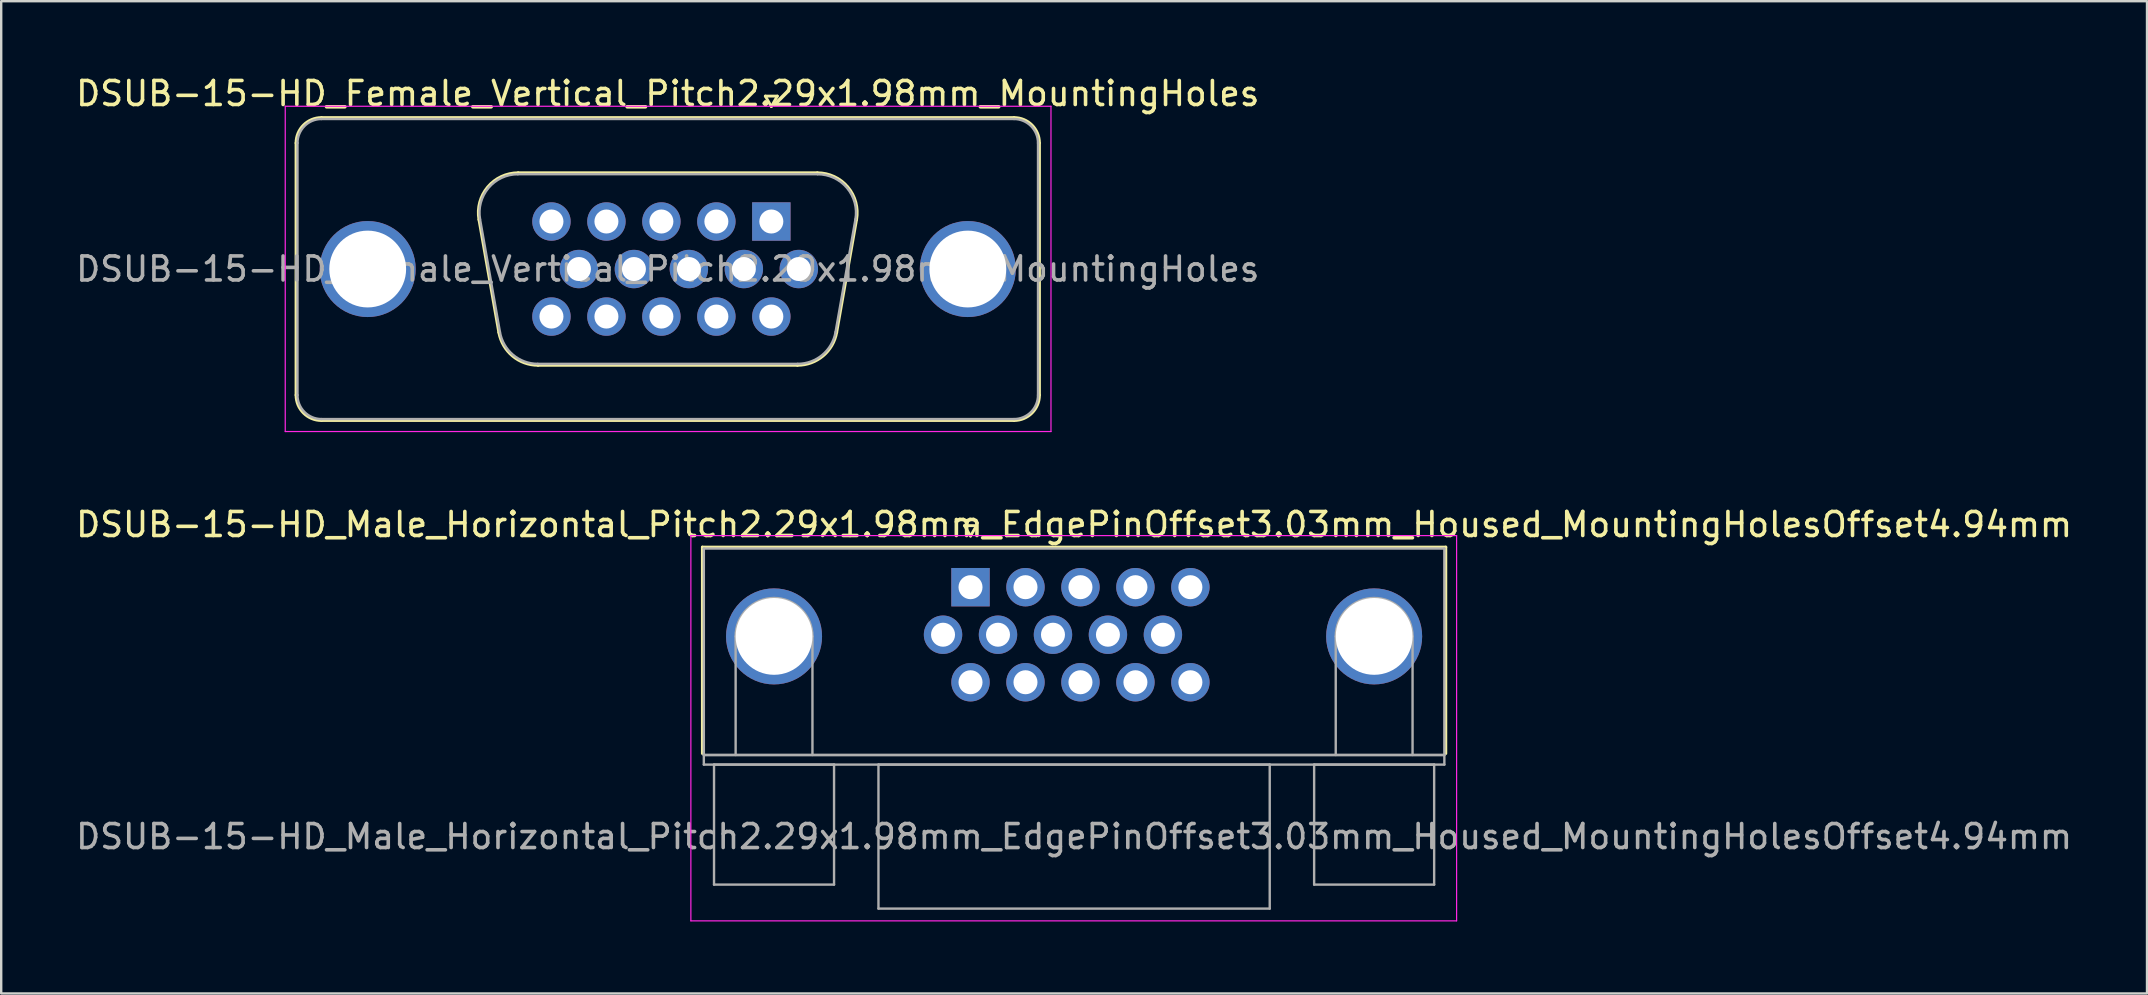
<source format=kicad_pcb>
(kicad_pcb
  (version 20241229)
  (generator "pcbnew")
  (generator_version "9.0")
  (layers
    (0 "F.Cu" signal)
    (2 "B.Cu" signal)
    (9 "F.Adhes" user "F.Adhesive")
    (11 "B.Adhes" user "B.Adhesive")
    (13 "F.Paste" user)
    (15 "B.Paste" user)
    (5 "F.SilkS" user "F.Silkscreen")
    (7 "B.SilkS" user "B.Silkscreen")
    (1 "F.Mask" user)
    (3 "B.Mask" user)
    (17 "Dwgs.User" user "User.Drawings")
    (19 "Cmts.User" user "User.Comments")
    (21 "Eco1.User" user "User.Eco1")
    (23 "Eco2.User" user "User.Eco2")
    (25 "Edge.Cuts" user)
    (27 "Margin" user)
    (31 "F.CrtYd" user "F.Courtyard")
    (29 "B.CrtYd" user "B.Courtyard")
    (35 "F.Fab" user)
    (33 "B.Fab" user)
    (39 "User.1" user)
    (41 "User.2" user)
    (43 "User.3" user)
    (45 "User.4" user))
  (footprint "DSUB-15-HD_Male_Horizontal_Pitch2.29x1.98mm_EdgePinOffset3.03mm_Housed_MountingHolesOffset4.94mm"
    (layer "F.Cu")
    (at 37.381 21.412)
    (property "Reference" "DSUB-15-HD_Male_Horizontal_Pitch2.29x1.98mm_EdgePinOffset3.03mm_Housed_MountingHolesOffset4.94mm" (at 4.315 -2.61 0) (layer "F.SilkS") (effects (font (size 1 1) (thickness 0.15))))
    (attr through_hole)
    (fp_line (start -11.17 -1.67) (end 19.8 -1.67) (stroke (width 0.12) (type solid)) (layer "F.SilkS"))
    (fp_line (start -11.17 6.93) (end -11.17 -1.67) (stroke (width 0.12) (type solid)) (layer "F.SilkS"))
    (fp_line (start -0.25 -2.564) (end 0.25 -2.564) (stroke (width 0.12) (type solid)) (layer "F.SilkS"))
    (fp_line (start 0 -2.131) (end -0.25 -2.564) (stroke (width 0.12) (type solid)) (layer "F.SilkS"))
    (fp_line (start 0.25 -2.564) (end 0 -2.131) (stroke (width 0.12) (type solid)) (layer "F.SilkS"))
    (fp_line (start 19.8 -1.67) (end 19.8 6.93) (stroke (width 0.12) (type solid)) (layer "F.SilkS"))
    (fp_line (start -11.65 -2.15) (end -11.65 13.9) (stroke (width 0.05) (type solid)) (layer "F.CrtYd"))
    (fp_line (start -11.65 13.9) (end 20.25 13.9) (stroke (width 0.05) (type solid)) (layer "F.CrtYd"))
    (fp_line (start 20.25 -2.15) (end -11.65 -2.15) (stroke (width 0.05) (type solid)) (layer "F.CrtYd"))
    (fp_line (start 20.25 13.9) (end 20.25 -2.15) (stroke (width 0.05) (type solid)) (layer "F.CrtYd"))
    (fp_line (start -11.11 -1.61) (end -11.11 6.99) (stroke (width 0.1) (type solid)) (layer "F.Fab"))
    (fp_line (start -11.11 6.99) (end -11.11 7.39) (stroke (width 0.1) (type solid)) (layer "F.Fab"))
    (fp_line (start -11.11 6.99) (end 19.74 6.99) (stroke (width 0.1) (type solid)) (layer "F.Fab"))
    (fp_line (start -11.11 7.39) (end 19.74 7.39) (stroke (width 0.1) (type solid)) (layer "F.Fab"))
    (fp_line (start -10.685 7.39) (end -10.685 12.39) (stroke (width 0.1) (type solid)) (layer "F.Fab"))
    (fp_line (start -10.685 12.39) (end -5.685 12.39) (stroke (width 0.1) (type solid)) (layer "F.Fab"))
    (fp_line (start -9.785 6.99) (end -9.785 2.05) (stroke (width 0.1) (type solid)) (layer "F.Fab"))
    (fp_line (start -6.585 6.99) (end -6.585 2.05) (stroke (width 0.1) (type solid)) (layer "F.Fab"))
    (fp_line (start -5.685 7.39) (end -10.685 7.39) (stroke (width 0.1) (type solid)) (layer "F.Fab"))
    (fp_line (start -5.685 12.39) (end -5.685 7.39) (stroke (width 0.1) (type solid)) (layer "F.Fab"))
    (fp_line (start -3.835 7.39) (end -3.835 13.39) (stroke (width 0.1) (type solid)) (layer "F.Fab"))
    (fp_line (start -3.835 13.39) (end 12.465 13.39) (stroke (width 0.1) (type solid)) (layer "F.Fab"))
    (fp_line (start 12.465 7.39) (end -3.835 7.39) (stroke (width 0.1) (type solid)) (layer "F.Fab"))
    (fp_line (start 12.465 13.39) (end 12.465 7.39) (stroke (width 0.1) (type solid)) (layer "F.Fab"))
    (fp_line (start 14.315 7.39) (end 14.315 12.39) (stroke (width 0.1) (type solid)) (layer "F.Fab"))
    (fp_line (start 14.315 12.39) (end 19.315 12.39) (stroke (width 0.1) (type solid)) (layer "F.Fab"))
    (fp_line (start 15.215 6.99) (end 15.215 2.05) (stroke (width 0.1) (type solid)) (layer "F.Fab"))
    (fp_line (start 18.415 6.99) (end 18.415 2.05) (stroke (width 0.1) (type solid)) (layer "F.Fab"))
    (fp_line (start 19.315 7.39) (end 14.315 7.39) (stroke (width 0.1) (type solid)) (layer "F.Fab"))
    (fp_line (start 19.315 12.39) (end 19.315 7.39) (stroke (width 0.1) (type solid)) (layer "F.Fab"))
    (fp_line (start 19.74 -1.61) (end -11.11 -1.61) (stroke (width 0.1) (type solid)) (layer "F.Fab"))
    (fp_line (start 19.74 6.99) (end -11.11 6.99) (stroke (width 0.1) (type solid)) (layer "F.Fab"))
    (fp_line (start 19.74 6.99) (end 19.74 -1.61) (stroke (width 0.1) (type solid)) (layer "F.Fab"))
    (fp_line (start 19.74 7.39) (end 19.74 6.99) (stroke (width 0.1) (type solid)) (layer "F.Fab"))
    (fp_arc (start -9.785 2.05) (mid -8.185 0.45) (end -6.585 2.05) (stroke (width 0.1) (type solid)) (layer "F.Fab"))
    (fp_arc (start 15.215 2.05) (mid 16.815 0.45) (end 18.415 2.05) (stroke (width 0.1) (type solid)) (layer "F.Fab"))
    (fp_text user "${REFERENCE}" (at 4.315 10.39 0) (layer "F.Fab") (effects (font (size 1 1) (thickness 0.15))))
    (pad "0" thru_hole circle (at -8.185 2.05) (size 4 4) (drill 3.2) (layers "*.Cu" "*.Mask"))
    (pad "0" thru_hole circle (at 16.815 2.05) (size 4 4) (drill 3.2) (layers "*.Cu" "*.Mask"))
    (pad "1" thru_hole rect (at 0 0) (size 1.6 1.6) (drill 1) (layers "*.Cu" "*.Mask"))
    (pad "2" thru_hole circle (at 2.29 0) (size 1.6 1.6) (drill 1) (layers "*.Cu" "*.Mask"))
    (pad "3" thru_hole circle (at 4.58 0) (size 1.6 1.6) (drill 1) (layers "*.Cu" "*.Mask"))
    (pad "4" thru_hole circle (at 6.87 0) (size 1.6 1.6) (drill 1) (layers "*.Cu" "*.Mask"))
    (pad "5" thru_hole circle (at 9.16 0) (size 1.6 1.6) (drill 1) (layers "*.Cu" "*.Mask"))
    (pad "6" thru_hole circle (at -1.145 1.98) (size 1.6 1.6) (drill 1) (layers "*.Cu" "*.Mask"))
    (pad "7" thru_hole circle (at 1.145 1.98) (size 1.6 1.6) (drill 1) (layers "*.Cu" "*.Mask"))
    (pad "8" thru_hole circle (at 3.435 1.98) (size 1.6 1.6) (drill 1) (layers "*.Cu" "*.Mask"))
    (pad "9" thru_hole circle (at 5.725 1.98) (size 1.6 1.6) (drill 1) (layers "*.Cu" "*.Mask"))
    (pad "10" thru_hole circle (at 8.015 1.98) (size 1.6 1.6) (drill 1) (layers "*.Cu" "*.Mask"))
    (pad "11" thru_hole circle (at 0 3.96) (size 1.6 1.6) (drill 1) (layers "*.Cu" "*.Mask"))
    (pad "12" thru_hole circle (at 2.29 3.96) (size 1.6 1.6) (drill 1) (layers "*.Cu" "*.Mask"))
    (pad "13" thru_hole circle (at 4.58 3.96) (size 1.6 1.6) (drill 1) (layers "*.Cu" "*.Mask"))
    (pad "14" thru_hole circle (at 6.87 3.96) (size 1.6 1.6) (drill 1) (layers "*.Cu" "*.Mask"))
    (pad "15" thru_hole circle (at 9.16 3.96) (size 1.6 1.6) (drill 1) (layers "*.Cu" "*.Mask")))
  (footprint "DSUB-15-HD_Female_Vertical_Pitch2.29x1.98mm_MountingHoles"
    (layer "F.Cu")
    (at 29.083 6.178)
    (property "Reference" "DSUB-15-HD_Female_Vertical_Pitch2.29x1.98mm_MountingHoles" (at -4.315 -5.33 0) (layer "F.SilkS") (effects (font (size 1 1) (thickness 0.15))))
    (attr through_hole)
    (fp_line (start -19.8 7.23) (end -19.8 -3.27) (stroke (width 0.12) (type solid)) (layer "F.SilkS"))
    (fp_line (start -18.74 -4.33) (end 10.11 -4.33) (stroke (width 0.12) (type solid)) (layer "F.SilkS"))
    (fp_line (start -12.181 -0.082) (end -11.353 4.618) (stroke (width 0.12) (type solid)) (layer "F.SilkS"))
    (fp_line (start -10.547 -2.03) (end 1.917 -2.03) (stroke (width 0.12) (type solid)) (layer "F.SilkS"))
    (fp_line (start -9.718 5.99) (end 1.088 5.99) (stroke (width 0.12) (type solid)) (layer "F.SilkS"))
    (fp_line (start -0.25 -5.224) (end 0.25 -5.224) (stroke (width 0.12) (type solid)) (layer "F.SilkS"))
    (fp_line (start 0 -4.791) (end -0.25 -5.224) (stroke (width 0.12) (type solid)) (layer "F.SilkS"))
    (fp_line (start 0.25 -5.224) (end 0 -4.791) (stroke (width 0.12) (type solid)) (layer "F.SilkS"))
    (fp_line (start 3.551 -0.082) (end 2.723 4.618) (stroke (width 0.12) (type solid)) (layer "F.SilkS"))
    (fp_line (start 10.11 8.29) (end -18.74 8.29) (stroke (width 0.12) (type solid)) (layer "F.SilkS"))
    (fp_line (start 11.17 -3.27) (end 11.17 7.23) (stroke (width 0.12) (type solid)) (layer "F.SilkS"))
    (fp_arc (start -19.8 -3.27) (mid -19.489533 -4.019533) (end -18.74 -4.33) (stroke (width 0.12) (type solid)) (layer "F.SilkS"))
    (fp_arc (start -18.74 8.29) (mid -19.489533 7.979533) (end -19.8 7.23) (stroke (width 0.12) (type solid)) (layer "F.SilkS"))
    (fp_arc (start -12.18147 -0.081744) (mid -11.818323 -1.437028) (end -10.546689 -2.03) (stroke (width 0.12) (type solid)) (layer "F.SilkS"))
    (fp_arc (start -9.717952 5.99) (mid -10.784979 5.601634) (end -11.352733 4.618256) (stroke (width 0.12) (type solid)) (layer "F.SilkS"))
    (fp_arc (start 1.916689 -2.03) (mid 3.188323 -1.437027) (end 3.55147 -0.081744) (stroke (width 0.12) (type solid)) (layer "F.SilkS"))
    (fp_arc (start 2.722733 4.618256) (mid 2.15498 5.601634) (end 1.087952 5.99) (stroke (width 0.12) (type solid)) (layer "F.SilkS"))
    (fp_arc (start 10.11 -4.33) (mid 10.859533 -4.019533) (end 11.17 -3.27) (stroke (width 0.12) (type solid)) (layer "F.SilkS"))
    (fp_arc (start 11.17 7.23) (mid 10.859533 7.979533) (end 10.11 8.29) (stroke (width 0.12) (type solid)) (layer "F.SilkS"))
    (fp_line (start -20.25 -4.8) (end -20.25 8.75) (stroke (width 0.05) (type solid)) (layer "F.CrtYd"))
    (fp_line (start -20.25 8.75) (end 11.65 8.75) (stroke (width 0.05) (type solid)) (layer "F.CrtYd"))
    (fp_line (start 11.65 -4.8) (end -20.25 -4.8) (stroke (width 0.05) (type solid)) (layer "F.CrtYd"))
    (fp_line (start 11.65 8.75) (end 11.65 -4.8) (stroke (width 0.05) (type solid)) (layer "F.CrtYd"))
    (fp_line (start -19.74 7.23) (end -19.74 -3.27) (stroke (width 0.1) (type solid)) (layer "F.Fab"))
    (fp_line (start -18.74 -4.27) (end 10.11 -4.27) (stroke (width 0.1) (type solid)) (layer "F.Fab"))
    (fp_line (start -12.134 -0.092) (end -11.305 4.608) (stroke (width 0.1) (type solid)) (layer "F.Fab"))
    (fp_line (start -10.558 -1.97) (end 1.928 -1.97) (stroke (width 0.1) (type solid)) (layer "F.Fab"))
    (fp_line (start -9.729 5.93) (end 1.099 5.93) (stroke (width 0.1) (type solid)) (layer "F.Fab"))
    (fp_line (start 3.504 -0.092) (end 2.675 4.608) (stroke (width 0.1) (type solid)) (layer "F.Fab"))
    (fp_line (start 10.11 8.23) (end -18.74 8.23) (stroke (width 0.1) (type solid)) (layer "F.Fab"))
    (fp_line (start 11.11 -3.27) (end 11.11 7.23) (stroke (width 0.1) (type solid)) (layer "F.Fab"))
    (fp_arc (start -19.74 -3.27) (mid -19.447107 -3.977107) (end -18.74 -4.27) (stroke (width 0.1) (type solid)) (layer "F.Fab"))
    (fp_arc (start -18.74 8.23) (mid -19.447107 7.937107) (end -19.74 7.23) (stroke (width 0.1) (type solid)) (layer "F.Fab"))
    (fp_arc (start -12.133886 -0.092163) (mid -11.783865 -1.39846) (end -10.558194 -1.97) (stroke (width 0.1) (type solid)) (layer "F.Fab"))
    (fp_arc (start -9.729457 5.93) (mid -10.757917 5.555671) (end -11.305149 4.607837) (stroke (width 0.1) (type solid)) (layer "F.Fab"))
    (fp_arc (start 1.928194 -1.97) (mid 3.153865 -1.39846) (end 3.503886 -0.092163) (stroke (width 0.1) (type solid)) (layer "F.Fab"))
    (fp_arc (start 2.675149 4.607837) (mid 2.127917 5.555671) (end 1.099457 5.93) (stroke (width 0.1) (type solid)) (layer "F.Fab"))
    (fp_arc (start 10.11 -4.27) (mid 10.817107 -3.977107) (end 11.11 -3.27) (stroke (width 0.1) (type solid)) (layer "F.Fab"))
    (fp_arc (start 11.11 7.23) (mid 10.817107 7.937107) (end 10.11 8.23) (stroke (width 0.1) (type solid)) (layer "F.Fab"))
    (fp_text user "${REFERENCE}" (at -4.315 1.98 0) (layer "F.Fab") (effects (font (size 1 1) (thickness 0.15))))
    (pad "0" thru_hole circle (at -16.815 1.98) (size 4 4) (drill 3.2) (layers "*.Cu" "*.Mask"))
    (pad "0" thru_hole circle (at 8.185 1.98) (size 4 4) (drill 3.2) (layers "*.Cu" "*.Mask"))
    (pad "1" thru_hole rect (at 0 0) (size 1.6 1.6) (drill 1) (layers "*.Cu" "*.Mask"))
    (pad "2" thru_hole circle (at -2.29 0) (size 1.6 1.6) (drill 1) (layers "*.Cu" "*.Mask"))
    (pad "3" thru_hole circle (at -4.58 0) (size 1.6 1.6) (drill 1) (layers "*.Cu" "*.Mask"))
    (pad "4" thru_hole circle (at -6.87 0) (size 1.6 1.6) (drill 1) (layers "*.Cu" "*.Mask"))
    (pad "5" thru_hole circle (at -9.16 0) (size 1.6 1.6) (drill 1) (layers "*.Cu" "*.Mask"))
    (pad "6" thru_hole circle (at 1.145 1.98) (size 1.6 1.6) (drill 1) (layers "*.Cu" "*.Mask"))
    (pad "7" thru_hole circle (at -1.145 1.98) (size 1.6 1.6) (drill 1) (layers "*.Cu" "*.Mask"))
    (pad "8" thru_hole circle (at -3.435 1.98) (size 1.6 1.6) (drill 1) (layers "*.Cu" "*.Mask"))
    (pad "9" thru_hole circle (at -5.725 1.98) (size 1.6 1.6) (drill 1) (layers "*.Cu" "*.Mask"))
    (pad "10" thru_hole circle (at -8.015 1.98) (size 1.6 1.6) (drill 1) (layers "*.Cu" "*.Mask"))
    (pad "11" thru_hole circle (at 0 3.96) (size 1.6 1.6) (drill 1) (layers "*.Cu" "*.Mask"))
    (pad "12" thru_hole circle (at -2.29 3.96) (size 1.6 1.6) (drill 1) (layers "*.Cu" "*.Mask"))
    (pad "13" thru_hole circle (at -4.58 3.96) (size 1.6 1.6) (drill 1) (layers "*.Cu" "*.Mask"))
    (pad "14" thru_hole circle (at -6.87 3.96) (size 1.6 1.6) (drill 1) (layers "*.Cu" "*.Mask"))
    (pad "15" thru_hole circle (at -9.16 3.96) (size 1.6 1.6) (drill 1) (layers "*.Cu" "*.Mask")))
  (gr_rect
    (start -3 -3)
    (end 86.393 38.337)
    (stroke (width 0.1) (type default))
    (fill no)
    (layer "Edge.Cuts")))
</source>
